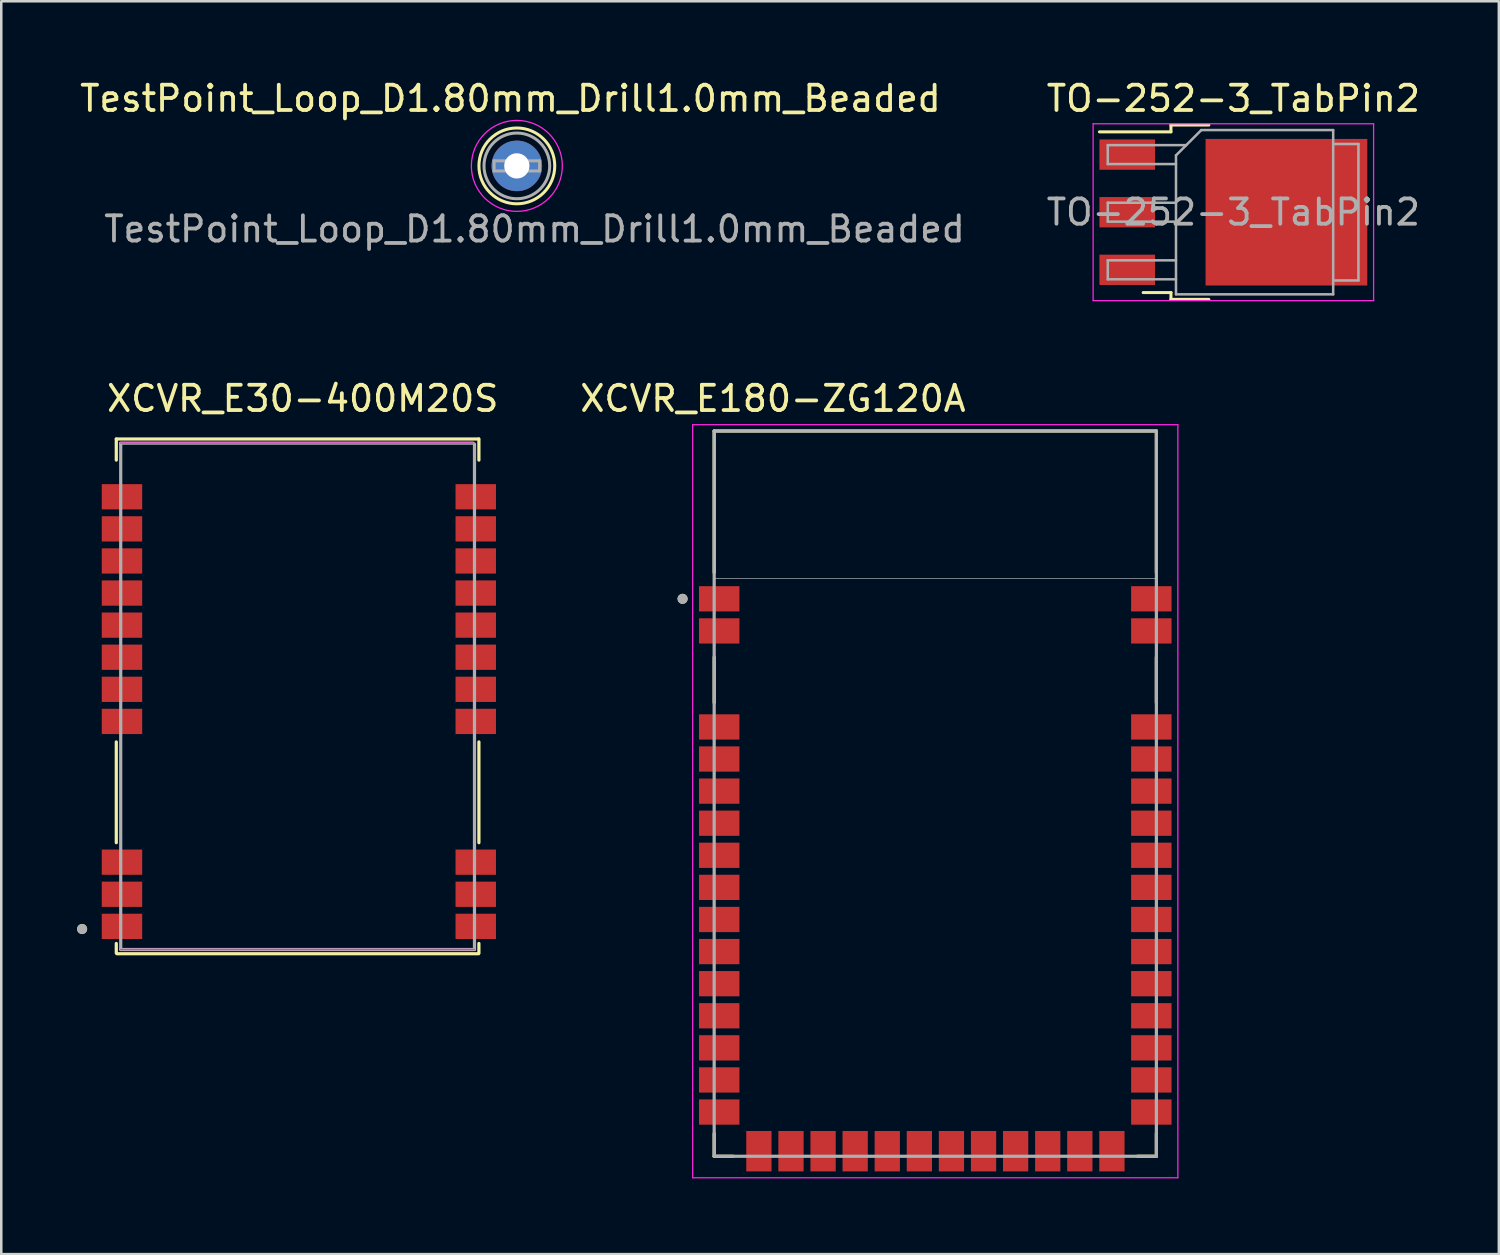
<source format=kicad_pcb>
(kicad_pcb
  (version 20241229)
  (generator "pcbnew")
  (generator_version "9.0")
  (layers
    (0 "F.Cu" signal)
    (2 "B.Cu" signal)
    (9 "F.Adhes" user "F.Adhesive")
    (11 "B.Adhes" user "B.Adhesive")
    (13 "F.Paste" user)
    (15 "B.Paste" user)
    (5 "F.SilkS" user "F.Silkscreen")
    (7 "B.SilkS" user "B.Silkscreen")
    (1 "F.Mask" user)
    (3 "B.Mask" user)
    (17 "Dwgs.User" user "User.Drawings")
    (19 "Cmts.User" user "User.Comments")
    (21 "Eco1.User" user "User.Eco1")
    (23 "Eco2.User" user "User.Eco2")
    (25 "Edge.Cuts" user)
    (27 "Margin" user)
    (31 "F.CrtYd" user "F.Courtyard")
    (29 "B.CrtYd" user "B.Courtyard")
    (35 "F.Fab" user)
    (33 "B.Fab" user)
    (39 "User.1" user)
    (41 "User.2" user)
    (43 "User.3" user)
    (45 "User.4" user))
  (footprint "XCVR_E180-ZG120A"
    (layer "F.Cu")
    (at 33.962 28.357)
    (property "Reference" "XCVR_E180-ZG120A" (at -6.425 -15.635 0) (layer "F.SilkS") (effects (font (size 1 1) (thickness 0.15))))
    (attr through_hole)
    (fp_line (start -8.75 -14.35) (end 8.75 -14.35) (stroke (width 0.127) (type solid)) (layer "F.SilkS"))
    (fp_line (start -8.75 -8.75) (end -8.75 -14.35) (stroke (width 0.127) (type solid)) (layer "F.SilkS"))
    (fp_line (start -8.75 -5.4) (end -8.75 -3.6) (stroke (width 0.127) (type solid)) (layer "F.SilkS"))
    (fp_line (start -8.75 14.35) (end -8.75 13.45) (stroke (width 0.127) (type solid)) (layer "F.SilkS"))
    (fp_line (start -8 14.35) (end -8.75 14.35) (stroke (width 0.127) (type solid)) (layer "F.SilkS"))
    (fp_line (start 8 14.35) (end 8.75 14.35) (stroke (width 0.127) (type solid)) (layer "F.SilkS"))
    (fp_line (start 8.75 -14.35) (end 8.75 -8.75) (stroke (width 0.127) (type solid)) (layer "F.SilkS"))
    (fp_line (start 8.75 -5.4) (end 8.75 -3.6) (stroke (width 0.127) (type solid)) (layer "F.SilkS"))
    (fp_line (start 8.75 14.35) (end 8.75 13.45) (stroke (width 0.127) (type solid)) (layer "F.SilkS"))
    (fp_circle (center -10 -7.71) (end -9.9 -7.71) (stroke (width 0.2) (type solid)) (fill no) (layer "F.SilkS"))
    (fp_poly (pts (xy -8.75 -14.35) (xy 8.75 -14.35) (xy 8.75 -8.51) (xy -8.75 -8.51)) (stroke (width 0.01) (type solid)) (fill no) (layer "Dwgs.User"))
    (fp_poly (pts (xy -8.75 -14.35) (xy 8.75 -14.35) (xy 8.75 -8.51) (xy -8.75 -8.51)) (stroke (width 0.01) (type solid)) (fill no) (layer "Dwgs.User"))
    (fp_poly (pts (xy -8.75 -14.35) (xy 8.75 -14.35) (xy 8.75 -8.51) (xy -8.75 -8.51)) (stroke (width 0.01) (type solid)) (fill no) (layer "Dwgs.User"))
    (fp_line (start -9.6 -14.6) (end -9.6 15.2) (stroke (width 0.05) (type solid)) (layer "F.CrtYd"))
    (fp_line (start -9.6 15.2) (end 9.6 15.2) (stroke (width 0.05) (type solid)) (layer "F.CrtYd"))
    (fp_line (start 9.6 -14.6) (end -9.6 -14.6) (stroke (width 0.05) (type solid)) (layer "F.CrtYd"))
    (fp_line (start 9.6 15.2) (end 9.6 -14.6) (stroke (width 0.05) (type solid)) (layer "F.CrtYd"))
    (fp_line (start -8.75 -14.35) (end -8.75 14.35) (stroke (width 0.127) (type solid)) (layer "F.Fab"))
    (fp_line (start -8.75 14.35) (end 8.75 14.35) (stroke (width 0.127) (type solid)) (layer "F.Fab"))
    (fp_line (start 8.75 -14.35) (end -8.75 -14.35) (stroke (width 0.127) (type solid)) (layer "F.Fab"))
    (fp_line (start 8.75 14.35) (end 8.75 -14.35) (stroke (width 0.127) (type solid)) (layer "F.Fab"))
    (fp_circle (center -10 -7.71) (end -9.9 -7.71) (stroke (width 0.2) (type solid)) (fill no) (layer "F.Fab"))
    (pad "1" smd rect (at -8.55 -7.71) (size 1.6 1) (layers "F.Cu" "F.Mask" "F.Paste"))
    (pad "2" smd rect (at -8.55 -6.44) (size 1.6 1) (layers "F.Cu" "F.Mask" "F.Paste"))
    (pad "3" smd rect (at -8.55 -2.64) (size 1.6 1) (layers "F.Cu" "F.Mask" "F.Paste"))
    (pad "4" smd rect (at -8.55 -1.37) (size 1.6 1) (layers "F.Cu" "F.Mask" "F.Paste"))
    (pad "5" smd rect (at -8.55 -0.1) (size 1.6 1) (layers "F.Cu" "F.Mask" "F.Paste"))
    (pad "6" smd rect (at -8.55 1.17) (size 1.6 1) (layers "F.Cu" "F.Mask" "F.Paste"))
    (pad "7" smd rect (at -8.55 2.44) (size 1.6 1) (layers "F.Cu" "F.Mask" "F.Paste"))
    (pad "8" smd rect (at -8.55 3.71) (size 1.6 1) (layers "F.Cu" "F.Mask" "F.Paste"))
    (pad "9" smd rect (at -8.55 4.98) (size 1.6 1) (layers "F.Cu" "F.Mask" "F.Paste"))
    (pad "10" smd rect (at -8.55 6.25) (size 1.6 1) (layers "F.Cu" "F.Mask" "F.Paste"))
    (pad "11" smd rect (at -8.55 7.52) (size 1.6 1) (layers "F.Cu" "F.Mask" "F.Paste"))
    (pad "12" smd rect (at -8.55 8.79) (size 1.6 1) (layers "F.Cu" "F.Mask" "F.Paste"))
    (pad "13" smd rect (at -8.55 10.06) (size 1.6 1) (layers "F.Cu" "F.Mask" "F.Paste"))
    (pad "14" smd rect (at -8.55 11.33) (size 1.6 1) (layers "F.Cu" "F.Mask" "F.Paste"))
    (pad "15" smd rect (at -8.55 12.6) (size 1.6 1) (layers "F.Cu" "F.Mask" "F.Paste"))
    (pad "16" smd rect (at -6.98 14.15) (size 1 1.6) (layers "F.Cu" "F.Mask" "F.Paste"))
    (pad "17" smd rect (at -5.71 14.15) (size 1 1.6) (layers "F.Cu" "F.Mask" "F.Paste"))
    (pad "18" smd rect (at -4.44 14.15) (size 1 1.6) (layers "F.Cu" "F.Mask" "F.Paste"))
    (pad "19" smd rect (at -3.17 14.15) (size 1 1.6) (layers "F.Cu" "F.Mask" "F.Paste"))
    (pad "20" smd rect (at -1.9 14.15) (size 1 1.6) (layers "F.Cu" "F.Mask" "F.Paste"))
    (pad "21" smd rect (at -0.63 14.15) (size 1 1.6) (layers "F.Cu" "F.Mask" "F.Paste"))
    (pad "22" smd rect (at 0.64 14.15) (size 1 1.6) (layers "F.Cu" "F.Mask" "F.Paste"))
    (pad "23" smd rect (at 1.91 14.15) (size 1 1.6) (layers "F.Cu" "F.Mask" "F.Paste"))
    (pad "24" smd rect (at 3.18 14.15) (size 1 1.6) (layers "F.Cu" "F.Mask" "F.Paste"))
    (pad "25" smd rect (at 4.45 14.15) (size 1 1.6) (layers "F.Cu" "F.Mask" "F.Paste"))
    (pad "26" smd rect (at 5.72 14.15) (size 1 1.6) (layers "F.Cu" "F.Mask" "F.Paste"))
    (pad "27" smd rect (at 6.99 14.15) (size 1 1.6) (layers "F.Cu" "F.Mask" "F.Paste"))
    (pad "28" smd rect (at 8.55 12.6) (size 1.6 1) (layers "F.Cu" "F.Mask" "F.Paste"))
    (pad "29" smd rect (at 8.55 11.33) (size 1.6 1) (layers "F.Cu" "F.Mask" "F.Paste"))
    (pad "30" smd rect (at 8.55 10.06) (size 1.6 1) (layers "F.Cu" "F.Mask" "F.Paste"))
    (pad "31" smd rect (at 8.55 8.79) (size 1.6 1) (layers "F.Cu" "F.Mask" "F.Paste"))
    (pad "32" smd rect (at 8.55 7.52) (size 1.6 1) (layers "F.Cu" "F.Mask" "F.Paste"))
    (pad "33" smd rect (at 8.55 6.25) (size 1.6 1) (layers "F.Cu" "F.Mask" "F.Paste"))
    (pad "34" smd rect (at 8.55 4.98) (size 1.6 1) (layers "F.Cu" "F.Mask" "F.Paste"))
    (pad "35" smd rect (at 8.55 3.71) (size 1.6 1) (layers "F.Cu" "F.Mask" "F.Paste"))
    (pad "36" smd rect (at 8.55 2.44) (size 1.6 1) (layers "F.Cu" "F.Mask" "F.Paste"))
    (pad "37" smd rect (at 8.55 1.17) (size 1.6 1) (layers "F.Cu" "F.Mask" "F.Paste"))
    (pad "38" smd rect (at 8.55 -0.1) (size 1.6 1) (layers "F.Cu" "F.Mask" "F.Paste"))
    (pad "39" smd rect (at 8.55 -1.37) (size 1.6 1) (layers "F.Cu" "F.Mask" "F.Paste"))
    (pad "40" smd rect (at 8.55 -2.64) (size 1.6 1) (layers "F.Cu" "F.Mask" "F.Paste"))
    (pad "41" smd rect (at 8.55 -6.44) (size 1.6 1) (layers "F.Cu" "F.Mask" "F.Paste"))
    (pad "42" smd rect (at 8.55 -7.71) (size 1.6 1) (layers "F.Cu" "F.Mask" "F.Paste")))
  (footprint "XCVR_E30-400M20S"
    (layer "F.Cu")
    (at 8.727 14.525)
    (property "Reference" "XCVR_E30-400M20S" (at 0.203 -1.803 0) (layer "F.SilkS") (effects (font (size 1 1) (thickness 0.15))))
    (attr through_hole)
    (fp_line (start -7.175 -0.203) (end -7.175 0.632) (stroke (width 0.127) (type solid)) (layer "F.SilkS"))
    (fp_line (start -7.175 15.773) (end -7.175 11.786) (stroke (width 0.127) (type solid)) (layer "F.SilkS"))
    (fp_line (start -7.175 20.141) (end -7.175 19.761) (stroke (width 0.127) (type solid)) (layer "F.SilkS"))
    (fp_line (start 7.163 -0.203) (end -7.175 -0.203) (stroke (width 0.127) (type solid)) (layer "F.SilkS"))
    (fp_line (start 7.163 20.168) (end -7.15 20.168) (stroke (width 0.127) (type solid)) (layer "F.SilkS"))
    (fp_line (start 7.175 -0.203) (end 7.175 0.632) (stroke (width 0.127) (type solid)) (layer "F.SilkS"))
    (fp_line (start 7.175 15.773) (end 7.175 11.786) (stroke (width 0.127) (type solid)) (layer "F.SilkS"))
    (fp_line (start 7.175 20.141) (end 7.175 19.761) (stroke (width 0.127) (type solid)) (layer "F.SilkS"))
    (fp_circle (center -8.527 19.189) (end -8.427 19.189) (stroke (width 0.2) (type solid)) (fill no) (layer "F.SilkS"))
    (fp_line (start -7 20) (end 7 20) (stroke (width 0.05) (type solid)) (layer "F.CrtYd"))
    (fp_line (start 6.943 -0.039) (end -7.006 -0.039) (stroke (width 0.05) (type solid)) (layer "F.CrtYd"))
    (fp_line (start -7 0) (end -7 20) (stroke (width 0.127) (type solid)) (layer "F.Fab"))
    (fp_line (start -7 20) (end 7 20) (stroke (width 0.127) (type solid)) (layer "F.Fab"))
    (fp_line (start 6.943 -0.039) (end -7.006 -0.039) (stroke (width 0.127) (type solid)) (layer "F.Fab"))
    (fp_line (start 7 20) (end 7 0) (stroke (width 0.127) (type solid)) (layer "F.Fab"))
    (fp_circle (center -8.527 19.189) (end -8.427 19.189) (stroke (width 0.2) (type solid)) (fill no) (layer "F.Fab"))
    (pad "1" smd rect (at -6.95 19.084) (size 1.6 1) (layers "F.Cu" "F.Mask" "F.Paste"))
    (pad "2" smd rect (at -6.95 17.814) (size 1.6 1) (layers "F.Cu" "F.Mask" "F.Paste"))
    (pad "3" smd rect (at -6.95 16.544) (size 1.6 1) (layers "F.Cu" "F.Mask" "F.Paste"))
    (pad "4" smd rect (at -6.95 10.974) (size 1.6 1) (layers "F.Cu" "F.Mask" "F.Paste"))
    (pad "5" smd rect (at -6.95 9.704) (size 1.6 1) (layers "F.Cu" "F.Mask" "F.Paste"))
    (pad "6" smd rect (at -6.95 8.434) (size 1.6 1) (layers "F.Cu" "F.Mask" "F.Paste"))
    (pad "7" smd rect (at -6.95 7.164) (size 1.6 1) (layers "F.Cu" "F.Mask" "F.Paste"))
    (pad "8" smd rect (at -6.95 5.894) (size 1.6 1) (layers "F.Cu" "F.Mask" "F.Paste"))
    (pad "9" smd rect (at -6.95 4.624) (size 1.6 1) (layers "F.Cu" "F.Mask" "F.Paste"))
    (pad "10" smd rect (at -6.95 3.354) (size 1.6 1) (layers "F.Cu" "F.Mask" "F.Paste"))
    (pad "11" smd rect (at -6.95 2.084) (size 1.6 1) (layers "F.Cu" "F.Mask" "F.Paste"))
    (pad "12" smd rect (at 7.05 2.084) (size 1.6 1) (layers "F.Cu" "F.Mask" "F.Paste"))
    (pad "13" smd rect (at 7.05 3.354) (size 1.6 1) (layers "F.Cu" "F.Mask" "F.Paste"))
    (pad "14" smd rect (at 7.05 4.624) (size 1.6 1) (layers "F.Cu" "F.Mask" "F.Paste"))
    (pad "15" smd rect (at 7.05 5.894) (size 1.6 1) (layers "F.Cu" "F.Mask" "F.Paste"))
    (pad "16" smd rect (at 7.05 7.164) (size 1.6 1) (layers "F.Cu" "F.Mask" "F.Paste"))
    (pad "17" smd rect (at 7.05 8.434) (size 1.6 1) (layers "F.Cu" "F.Mask" "F.Paste"))
    (pad "18" smd rect (at 7.05 9.704) (size 1.6 1) (layers "F.Cu" "F.Mask" "F.Paste"))
    (pad "19" smd rect (at 7.05 10.974) (size 1.6 1) (layers "F.Cu" "F.Mask" "F.Paste"))
    (pad "20" smd rect (at 7.05 16.544) (size 1.6 1) (layers "F.Cu" "F.Mask" "F.Paste"))
    (pad "21" smd rect (at 7.05 17.814) (size 1.6 1) (layers "F.Cu" "F.Mask" "F.Paste"))
    (pad "22" smd rect (at 7.05 19.084) (size 1.6 1) (layers "F.Cu" "F.Mask" "F.Paste")))
  (footprint "TO-252-3_TabPin2"
    (layer "F.Cu")
    (at 45.758 5.348)
    (property "Reference" "TO-252-3_TabPin2" (at 0 -4.5 0) (layer "F.SilkS") (effects (font (size 1 1) (thickness 0.15))))
    (attr smd)
    (fp_line (start -2.47 -3.45) (end -2.47 -3.18) (stroke (width 0.12) (type solid)) (layer "F.SilkS"))
    (fp_line (start -2.47 -3.18) (end -5.3 -3.18) (stroke (width 0.12) (type solid)) (layer "F.SilkS"))
    (fp_line (start -2.47 3.18) (end -3.57 3.18) (stroke (width 0.12) (type solid)) (layer "F.SilkS"))
    (fp_line (start -2.47 3.45) (end -2.47 3.18) (stroke (width 0.12) (type solid)) (layer "F.SilkS"))
    (fp_line (start -0.97 -3.45) (end -2.47 -3.45) (stroke (width 0.12) (type solid)) (layer "F.SilkS"))
    (fp_line (start -0.97 3.45) (end -2.47 3.45) (stroke (width 0.12) (type solid)) (layer "F.SilkS"))
    (fp_line (start -5.55 -3.5) (end -5.55 3.5) (stroke (width 0.05) (type solid)) (layer "F.CrtYd"))
    (fp_line (start -5.55 3.5) (end 5.55 3.5) (stroke (width 0.05) (type solid)) (layer "F.CrtYd"))
    (fp_line (start 5.55 -3.5) (end -5.55 -3.5) (stroke (width 0.05) (type solid)) (layer "F.CrtYd"))
    (fp_line (start 5.55 3.5) (end 5.55 -3.5) (stroke (width 0.05) (type solid)) (layer "F.CrtYd"))
    (fp_line (start -4.97 -2.655) (end -4.97 -1.905) (stroke (width 0.1) (type solid)) (layer "F.Fab"))
    (fp_line (start -4.97 -1.905) (end -2.27 -1.905) (stroke (width 0.1) (type solid)) (layer "F.Fab"))
    (fp_line (start -4.97 -0.375) (end -4.97 0.375) (stroke (width 0.1) (type solid)) (layer "F.Fab"))
    (fp_line (start -4.97 0.375) (end -2.27 0.375) (stroke (width 0.1) (type solid)) (layer "F.Fab"))
    (fp_line (start -4.97 1.905) (end -4.97 2.655) (stroke (width 0.1) (type solid)) (layer "F.Fab"))
    (fp_line (start -4.97 2.655) (end -2.27 2.655) (stroke (width 0.1) (type solid)) (layer "F.Fab"))
    (fp_line (start -2.27 -2.25) (end -1.27 -3.25) (stroke (width 0.1) (type solid)) (layer "F.Fab"))
    (fp_line (start -2.27 -0.375) (end -4.97 -0.375) (stroke (width 0.1) (type solid)) (layer "F.Fab"))
    (fp_line (start -2.27 1.905) (end -4.97 1.905) (stroke (width 0.1) (type solid)) (layer "F.Fab"))
    (fp_line (start -2.27 3.25) (end -2.27 -2.25) (stroke (width 0.1) (type solid)) (layer "F.Fab"))
    (fp_line (start -1.865 -2.655) (end -4.97 -2.655) (stroke (width 0.1) (type solid)) (layer "F.Fab"))
    (fp_line (start -1.27 -3.25) (end 3.95 -3.25) (stroke (width 0.1) (type solid)) (layer "F.Fab"))
    (fp_line (start 3.95 -3.25) (end 3.95 3.25) (stroke (width 0.1) (type solid)) (layer "F.Fab"))
    (fp_line (start 3.95 -2.7) (end 4.95 -2.7) (stroke (width 0.1) (type solid)) (layer "F.Fab"))
    (fp_line (start 3.95 3.25) (end -2.27 3.25) (stroke (width 0.1) (type solid)) (layer "F.Fab"))
    (fp_line (start 4.95 -2.7) (end 4.95 2.7) (stroke (width 0.1) (type solid)) (layer "F.Fab"))
    (fp_line (start 4.95 2.7) (end 3.95 2.7) (stroke (width 0.1) (type solid)) (layer "F.Fab"))
    (fp_text user "${REFERENCE}" (at 0 0 0) (layer "F.Fab") (effects (font (size 1 1) (thickness 0.15))))
    (pad "" smd rect (at 0.425 -1.525) (size 3.05 2.75) (layers "F.Paste"))
    (pad "" smd rect (at 0.425 1.525) (size 3.05 2.75) (layers "F.Paste"))
    (pad "" smd rect (at 3.775 -1.525) (size 3.05 2.75) (layers "F.Paste"))
    (pad "" smd rect (at 3.775 1.525) (size 3.05 2.75) (layers "F.Paste"))
    (pad "1" smd rect (at -4.2 -2.28) (size 2.2 1.2) (layers "F.Cu" "F.Mask" "F.Paste"))
    (pad "2" smd rect (at -4.2 0) (size 2.2 1.2) (layers "F.Cu" "F.Mask" "F.Paste"))
    (pad "2" smd rect (at 2.1 0) (size 6.4 5.8) (layers "F.Cu" "F.Mask"))
    (pad "3" smd rect (at -4.2 2.28) (size 2.2 1.2) (layers "F.Cu" "F.Mask" "F.Paste")))
  (footprint "TestPoint_Loop_D1.80mm_Drill1.0mm_Beaded"
    (layer "F.Cu")
    (at 17.403 3.515)
    (property "Reference" "TestPoint_Loop_D1.80mm_Drill1.0mm_Beaded" (at -0.254 -2.667 0) (layer "F.SilkS") (effects (font (size 1 1) (thickness 0.15))))
    (attr through_hole)
    (fp_circle (center 0 0) (end 1.5 0) (stroke (width 0.12) (type solid)) (fill no) (layer "F.SilkS"))
    (fp_circle (center 0 0) (end 1.8 0) (stroke (width 0.05) (type solid)) (fill no) (layer "F.CrtYd"))
    (fp_line (start -0.9 -0.2) (end 0.9 -0.2) (stroke (width 0.12) (type solid)) (layer "F.Fab"))
    (fp_line (start -0.9 0.2) (end -0.9 -0.2) (stroke (width 0.12) (type solid)) (layer "F.Fab"))
    (fp_line (start 0.9 -0.2) (end 0.9 0.2) (stroke (width 0.12) (type solid)) (layer "F.Fab"))
    (fp_line (start 0.9 0.2) (end -0.9 0.2) (stroke (width 0.12) (type solid)) (layer "F.Fab"))
    (fp_circle (center 0 0) (end 1.3 0) (stroke (width 0.12) (type solid)) (fill no) (layer "F.Fab"))
    (fp_text user "${REFERENCE}" (at 0.7 2.5 0) (layer "F.Fab") (effects (font (size 1 1) (thickness 0.15))))
    (pad "1" thru_hole circle (at 0 0) (size 2 2) (drill 1) (layers "*.Cu" "*.Mask")))
  (gr_rect
    (start -3 -3)
    (end 56.264 46.581)
    (stroke (width 0.1) (type default))
    (fill no)
    (layer "Edge.Cuts")))
</source>
